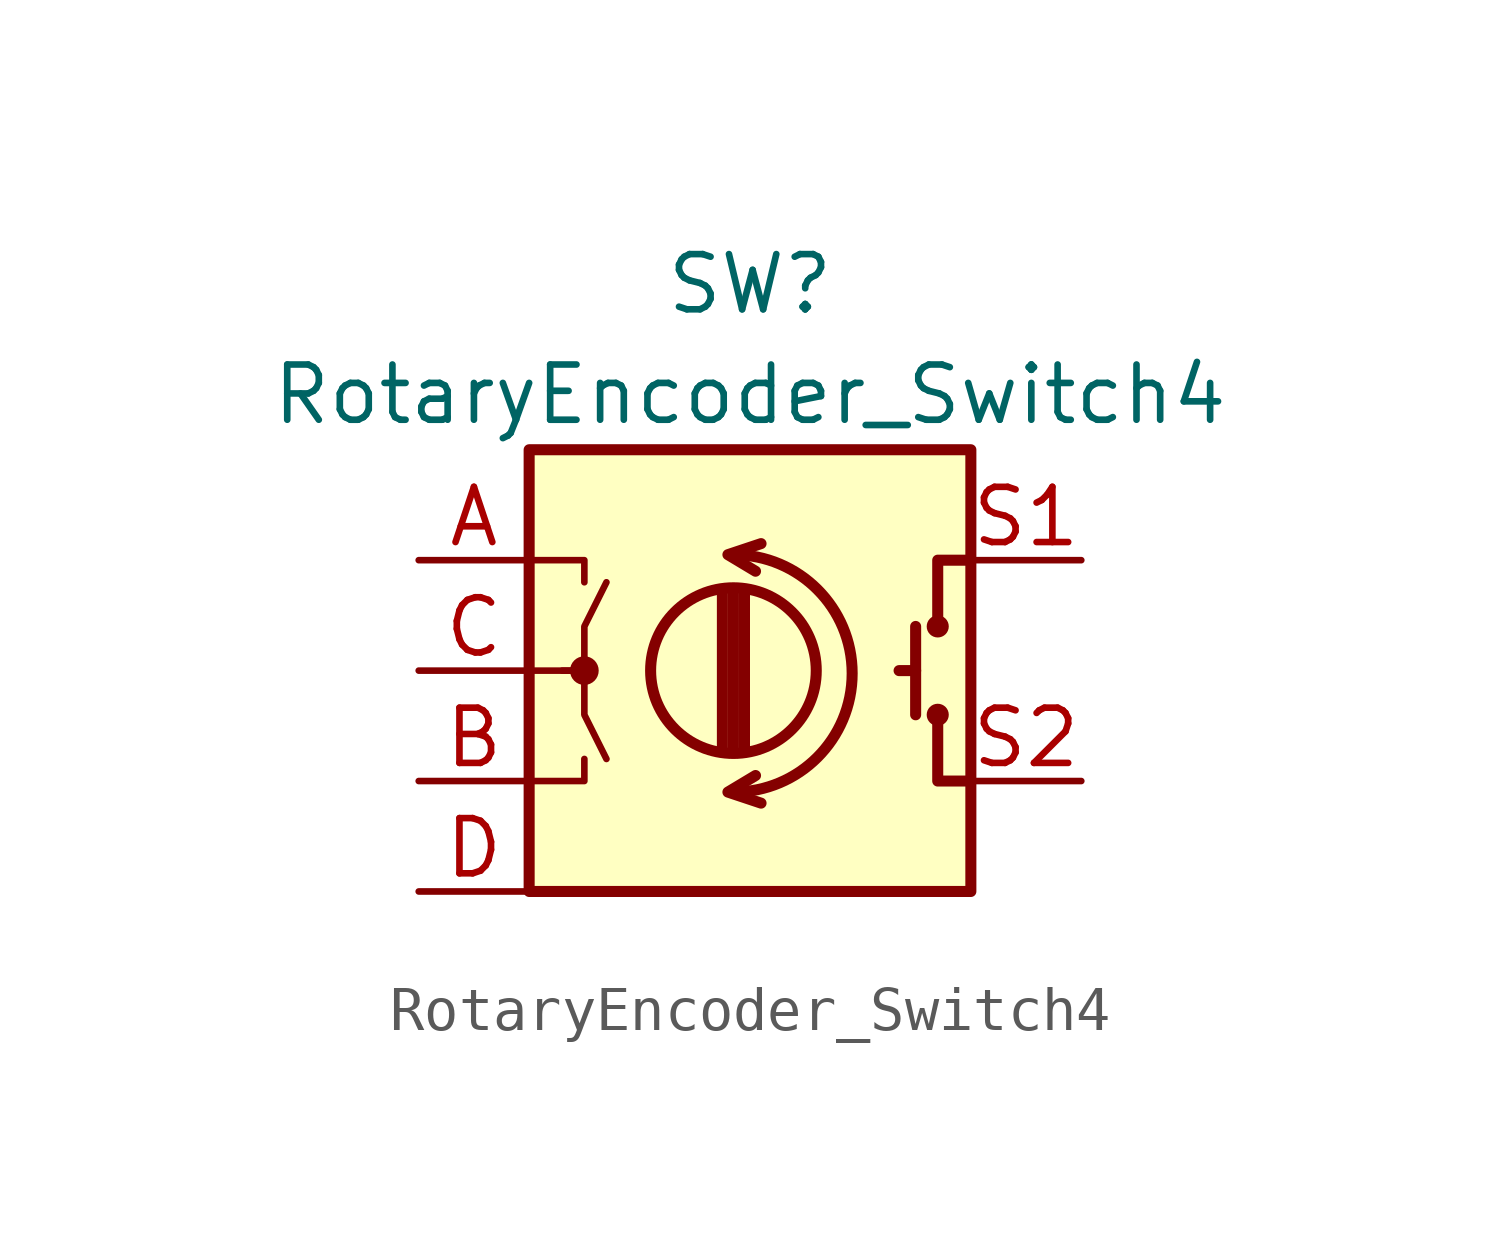
<source format=kicad_sym>
(kicad_symbol_lib
  (version 20211014)
  (generator kicad_symbol_editor)
  (symbol "RotaryEncoder_Switch4"
    (pin_names
      (offset 0.254) hide)
    (property "Reference" "SW"
      (at 0 8.89 0)
      (effects (font (size 1.27 1.27))))
    (property "Value" "RotaryEncoder_Switch4"
      (at 0 6.35 0)
      (effects (font (size 1.27 1.27))))
    (symbol "RotaryEncoder_Switch4_0_1"
      (rectangle (start -5.08 5.08) (end 5.08 -5.08) (stroke (width 0.254) (type default) (color 0 0 0 0)) (fill (type background)))
      (circle (center -3.81 0) (radius 0.254) (stroke (width 0) (type default) (color 0 0 0 0)) (fill (type outline)))
      (arc (start -0.381 -2.794) (mid 2.3622 -0.0508) (end -0.381 2.667) (stroke (width 0.254) (type default) (color 0 0 0 0)) (fill (type none)))
      (circle (center -0.381 0) (radius 1.905) (stroke (width 0.254) (type default) (color 0 0 0 0)) (fill (type none)))
      (polyline (pts (xy -0.635 -1.778) (xy -0.635 1.778)) (stroke (width 0.254) (type default) (color 0 0 0 0)) (fill (type none)))
      (polyline (pts (xy -0.381 -1.778) (xy -0.381 1.778)) (stroke (width 0.254) (type default) (color 0 0 0 0)) (fill (type none)))
      (polyline (pts (xy -0.127 1.778) (xy -0.127 -1.778)) (stroke (width 0.254) (type default) (color 0 0 0 0)) (fill (type none)))
      (polyline (pts (xy 3.81 0) (xy 3.429 0)) (stroke (width 0.254) (type default) (color 0 0 0 0)) (fill (type none)))
      (polyline (pts (xy 3.81 1.016) (xy 3.81 -1.016)) (stroke (width 0.254) (type default) (color 0 0 0 0)) (fill (type none)))
      (polyline (pts (xy -5.08 -2.54) (xy -3.81 -2.54) (xy -3.81 -2.032)) (stroke (width 0) (type default) (color 0 0 0 0)) (fill (type none)))
      (polyline (pts (xy -5.08 2.54) (xy -3.81 2.54) (xy -3.81 2.032)) (stroke (width 0) (type default) (color 0 0 0 0)) (fill (type none)))
      (polyline (pts (xy 0.254 -3.048) (xy -0.508 -2.794) (xy 0.127 -2.413)) (stroke (width 0.254) (type default) (color 0 0 0 0)) (fill (type none)))
      (polyline (pts (xy 0.254 2.921) (xy -0.508 2.667) (xy 0.127 2.286)) (stroke (width 0.254) (type default) (color 0 0 0 0)) (fill (type none)))
      (polyline (pts (xy 5.08 -2.54) (xy 4.318 -2.54) (xy 4.318 -1.016)) (stroke (width 0.254) (type default) (color 0 0 0 0)) (fill (type none)))
      (polyline (pts (xy 5.08 2.54) (xy 4.318 2.54) (xy 4.318 1.016)) (stroke (width 0.254) (type default) (color 0 0 0 0)) (fill (type none)))
      (polyline (pts (xy -5.08 0) (xy -3.81 0) (xy -3.81 -1.016) (xy -3.302 -2.032)) (stroke (width 0) (type default) (color 0 0 0 0)) (fill (type none)))
      (polyline (pts (xy -4.318 0) (xy -3.81 0) (xy -3.81 1.016) (xy -3.302 2.032)) (stroke (width 0) (type default) (color 0 0 0 0)) (fill (type none)))
      (circle (center 4.318 -1.016) (radius 0.127) (stroke (width 0.254) (type default) (color 0 0 0 0)) (fill (type none)))
      (circle (center 4.318 1.016) (radius 0.127) (stroke (width 0.254) (type default) (color 0 0 0 0)) (fill (type none))))
    (symbol "RotaryEncoder_Switch4_1_1"
      (pin passive line (at -7.62 2.54 0) (length 2.54) (name "A" (effects (font (size 1.27 1.27)))) (number "A" (effects (font (size 1.27 1.27)))))
      (pin passive line (at -7.62 -2.54 0) (length 2.54) (name "B" (effects (font (size 1.27 1.27)))) (number "B" (effects (font (size 1.27 1.27)))))
      (pin passive line (at -7.62 0 0) (length 2.54) (name "C" (effects (font (size 1.27 1.27)))) (number "C" (effects (font (size 1.27 1.27)))))
      (pin passive line (at -7.62 -5.08 0) (length 2.54) (name "D" (effects (font (size 1.27 1.27)))) (number "D" (effects (font (size 1.27 1.27)))))
      (pin passive line (at 7.62 2.54 180) (length 2.54) (name "S1" (effects (font (size 1.27 1.27)))) (number "S1" (effects (font (size 1.27 1.27)))))
      (pin passive line (at 7.62 -2.54 180) (length 2.54) (name "S2" (effects (font (size 1.27 1.27)))) (number "S2" (effects (font (size 1.27 1.27))))))))
</source>
